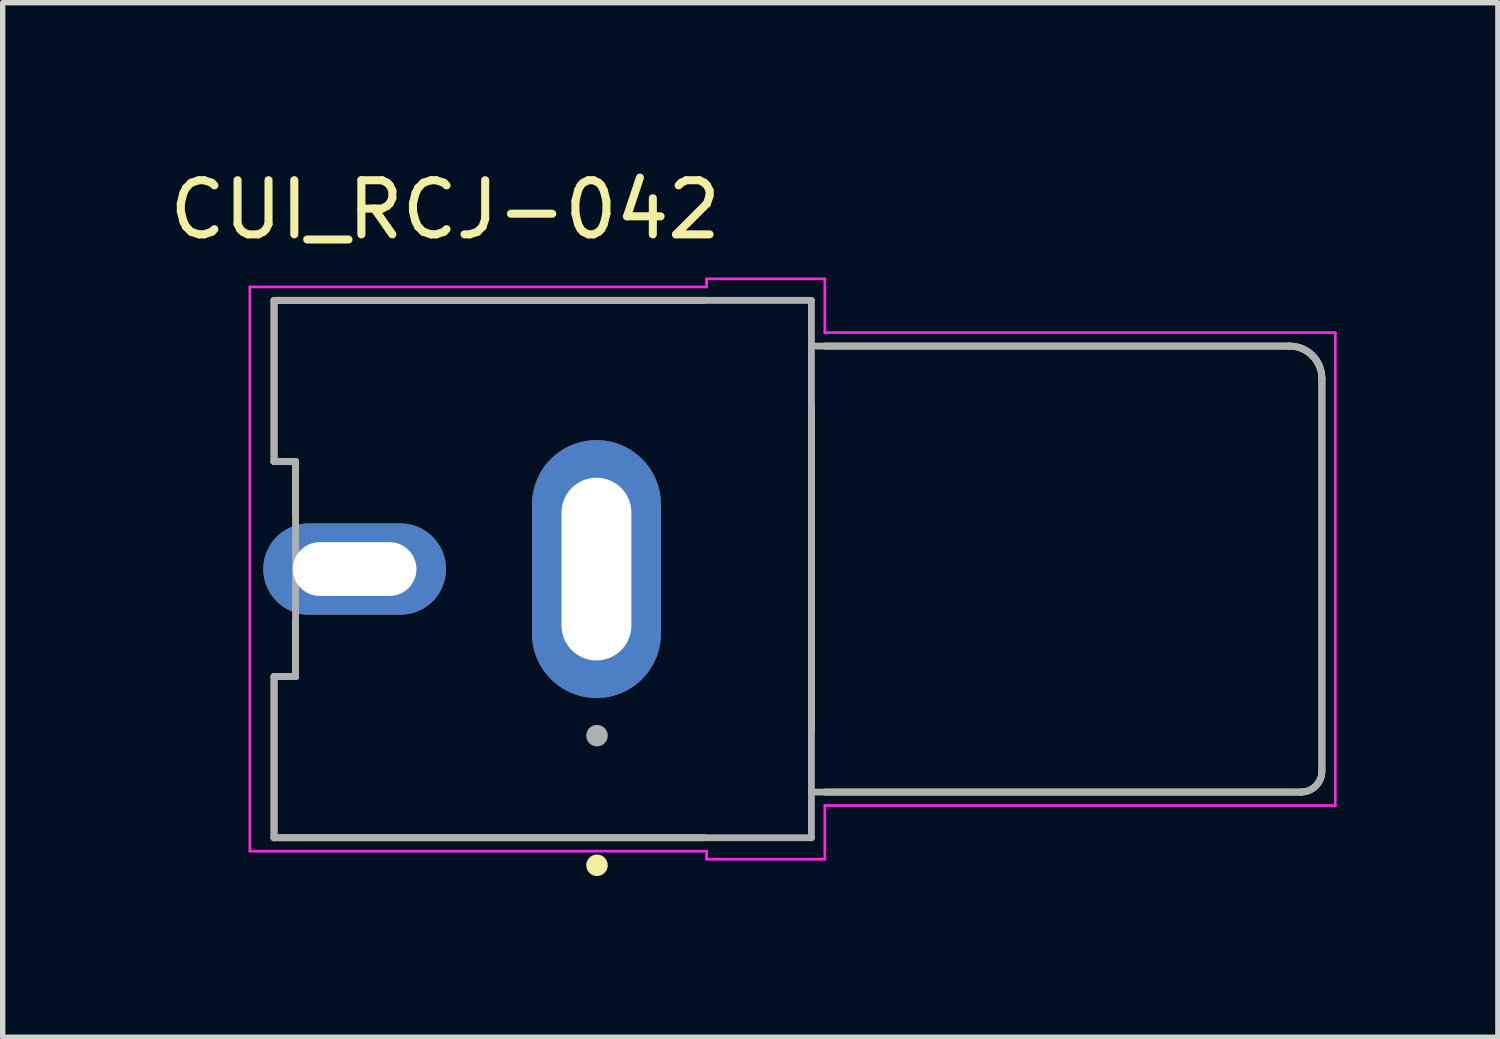
<source format=kicad_pcb>
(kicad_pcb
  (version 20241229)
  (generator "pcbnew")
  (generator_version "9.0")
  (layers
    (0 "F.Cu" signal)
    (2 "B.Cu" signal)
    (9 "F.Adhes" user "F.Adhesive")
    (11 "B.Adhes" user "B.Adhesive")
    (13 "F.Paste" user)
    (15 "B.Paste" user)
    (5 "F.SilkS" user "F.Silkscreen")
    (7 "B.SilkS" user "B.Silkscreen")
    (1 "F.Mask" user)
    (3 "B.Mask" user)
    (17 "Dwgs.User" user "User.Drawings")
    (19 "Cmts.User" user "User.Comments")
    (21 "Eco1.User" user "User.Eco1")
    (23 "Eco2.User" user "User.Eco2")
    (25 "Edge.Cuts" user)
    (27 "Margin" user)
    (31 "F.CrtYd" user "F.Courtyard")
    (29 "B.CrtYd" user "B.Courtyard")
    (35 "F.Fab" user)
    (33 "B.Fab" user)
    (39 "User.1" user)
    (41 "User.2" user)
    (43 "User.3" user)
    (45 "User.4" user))
  (footprint "CUI_RCJ-042"
    (layer "F.Cu")
    (at 12.05 7.54)
    (property "Reference" "CUI_RCJ-042" (at -6.815 -6.687 0) (layer "F.SilkS") (effects (font (size 1.008 1.008) (thickness 0.15))))
    (attr through_hole)
    (fp_line (start -10 -5) (end -2 -5) (stroke (width 0.127) (type solid)) (layer "F.SilkS"))
    (fp_line (start -10 -2) (end -10 -5) (stroke (width 0.127) (type solid)) (layer "F.SilkS"))
    (fp_line (start -10 2) (end -9.6 2) (stroke (width 0.127) (type solid)) (layer "F.SilkS"))
    (fp_line (start -10 5) (end -10 2) (stroke (width 0.127) (type solid)) (layer "F.SilkS"))
    (fp_line (start -10 5) (end -2 5) (stroke (width 0.127) (type solid)) (layer "F.SilkS"))
    (fp_line (start -9.6 -2) (end -10 -2) (stroke (width 0.127) (type solid)) (layer "F.SilkS"))
    (fp_line (start -9.6 -1) (end -9.6 -2) (stroke (width 0.127) (type solid)) (layer "F.SilkS"))
    (fp_line (start -9.6 2) (end -9.6 1) (stroke (width 0.127) (type solid)) (layer "F.SilkS"))
    (fp_line (start 0 3) (end 0 -3) (stroke (width 0.127) (type solid)) (layer "F.SilkS"))
    (fp_line (start 0.25 -4.15) (end 8.89 -4.15) (stroke (width 0.127) (type solid)) (layer "F.SilkS"))
    (fp_line (start 9.11 4.15) (end 0.25 4.15) (stroke (width 0.127) (type solid)) (layer "F.SilkS"))
    (fp_line (start 9.5 -3.54) (end 9.5 3.76) (stroke (width 0.127) (type solid)) (layer "F.SilkS"))
    (fp_arc (start 8.89 -4.15) (mid 9.321335 -3.971335) (end 9.5 -3.54) (stroke (width 0.127) (type solid)) (layer "F.SilkS"))
    (fp_arc (start 9.5 3.76) (mid 9.385772 4.035772) (end 9.11 4.15) (stroke (width 0.127) (type solid)) (layer "F.SilkS"))
    (fp_circle (center -3.99 5.513) (end -3.89 5.513) (stroke (width 0.2) (type solid)) (fill no) (layer "F.SilkS"))
    (fp_line (start -1.7 -5.15) (end -1.7 -3.35) (stroke (width 0.0001) (type solid)) (layer "Edge.Cuts"))
    (fp_line (start -1.7 -3.35) (end 0 -3.35) (stroke (width 0.0001) (type solid)) (layer "Edge.Cuts"))
    (fp_line (start -1.7 3.35) (end -1.7 5.15) (stroke (width 0.0001) (type solid)) (layer "Edge.Cuts"))
    (fp_line (start -1.7 5.15) (end 0 5.15) (stroke (width 0.0001) (type solid)) (layer "Edge.Cuts"))
    (fp_line (start 0 -5.15) (end -1.7 -5.15) (stroke (width 0.0001) (type solid)) (layer "Edge.Cuts"))
    (fp_line (start 0 -3.35) (end 0 -5.15) (stroke (width 0.0001) (type solid)) (layer "Edge.Cuts"))
    (fp_line (start 0 3.35) (end -1.7 3.35) (stroke (width 0.0001) (type solid)) (layer "Edge.Cuts"))
    (fp_line (start 0 5.15) (end 0 3.35) (stroke (width 0.0001) (type solid)) (layer "Edge.Cuts"))
    (fp_line (start -10.45 -5.25) (end -10.45 5.25) (stroke (width 0.05) (type solid)) (layer "F.CrtYd"))
    (fp_line (start -10.45 5.25) (end -1.95 5.25) (stroke (width 0.05) (type solid)) (layer "F.CrtYd"))
    (fp_line (start -1.95 -5.4) (end -1.95 -5.25) (stroke (width 0.05) (type solid)) (layer "F.CrtYd"))
    (fp_line (start -1.95 -5.25) (end -10.45 -5.25) (stroke (width 0.05) (type solid)) (layer "F.CrtYd"))
    (fp_line (start -1.95 5.25) (end -1.95 5.4) (stroke (width 0.05) (type solid)) (layer "F.CrtYd"))
    (fp_line (start -1.95 5.4) (end 0.25 5.4) (stroke (width 0.05) (type solid)) (layer "F.CrtYd"))
    (fp_line (start 0.25 -5.4) (end -1.95 -5.4) (stroke (width 0.05) (type solid)) (layer "F.CrtYd"))
    (fp_line (start 0.25 -4.4) (end 0.25 -5.4) (stroke (width 0.05) (type solid)) (layer "F.CrtYd"))
    (fp_line (start 0.25 4.4) (end 9.75 4.4) (stroke (width 0.05) (type solid)) (layer "F.CrtYd"))
    (fp_line (start 0.25 5.4) (end 0.25 4.4) (stroke (width 0.05) (type solid)) (layer "F.CrtYd"))
    (fp_line (start 9.75 -4.4) (end 0.25 -4.4) (stroke (width 0.05) (type solid)) (layer "F.CrtYd"))
    (fp_line (start 9.75 4.4) (end 9.75 -4.4) (stroke (width 0.05) (type solid)) (layer "F.CrtYd"))
    (fp_line (start -10 -5) (end 0 -5) (stroke (width 0.127) (type solid)) (layer "F.Fab"))
    (fp_line (start -10 -2) (end -10 -5) (stroke (width 0.127) (type solid)) (layer "F.Fab"))
    (fp_line (start -10 2) (end -9.6 2) (stroke (width 0.127) (type solid)) (layer "F.Fab"))
    (fp_line (start -10 5) (end -10 2) (stroke (width 0.127) (type solid)) (layer "F.Fab"))
    (fp_line (start -9.6 -2) (end -10 -2) (stroke (width 0.127) (type solid)) (layer "F.Fab"))
    (fp_line (start -9.6 2) (end -9.6 -2) (stroke (width 0.127) (type solid)) (layer "F.Fab"))
    (fp_line (start 0 -5) (end 0 -4.15) (stroke (width 0.127) (type solid)) (layer "F.Fab"))
    (fp_line (start 0 -4.15) (end 0 4.15) (stroke (width 0.127) (type solid)) (layer "F.Fab"))
    (fp_line (start 0 -4.15) (end 8.91 -4.15) (stroke (width 0.127) (type solid)) (layer "F.Fab"))
    (fp_line (start 0 4.15) (end 0 5) (stroke (width 0.127) (type solid)) (layer "F.Fab"))
    (fp_line (start 0 5) (end -10 5) (stroke (width 0.127) (type solid)) (layer "F.Fab"))
    (fp_line (start 9.11 4.15) (end 0 4.15) (stroke (width 0.127) (type solid)) (layer "F.Fab"))
    (fp_line (start 9.5 -3.56) (end 9.5 3.76) (stroke (width 0.127) (type solid)) (layer "F.Fab"))
    (fp_arc (start 8.91 -4.15) (mid 9.327193 -3.977193) (end 9.5 -3.56) (stroke (width 0.127) (type solid)) (layer "F.Fab"))
    (fp_arc (start 9.5 3.76) (mid 9.385772 4.035772) (end 9.11 4.15) (stroke (width 0.127) (type solid)) (layer "F.Fab"))
    (fp_circle (center -3.99 3.1) (end -3.89 3.1) (stroke (width 0.2) (type solid)) (fill no) (layer "F.Fab"))
    (pad "1" thru_hole oval (at -4 0) (size 2.4 4.8) (drill oval 1.3 3.4) (layers "*.Cu" "*.Mask"))
    (pad "2" thru_hole oval (at -8.5 0) (size 3.4 1.7) (drill oval 2.3 1) (layers "*.Cu" "*.Mask")))
  (gr_rect
    (start -3 -3)
    (end 24.825 16.253)
    (stroke (width 0.1) (type default))
    (fill no)
    (layer "Edge.Cuts")))
</source>
